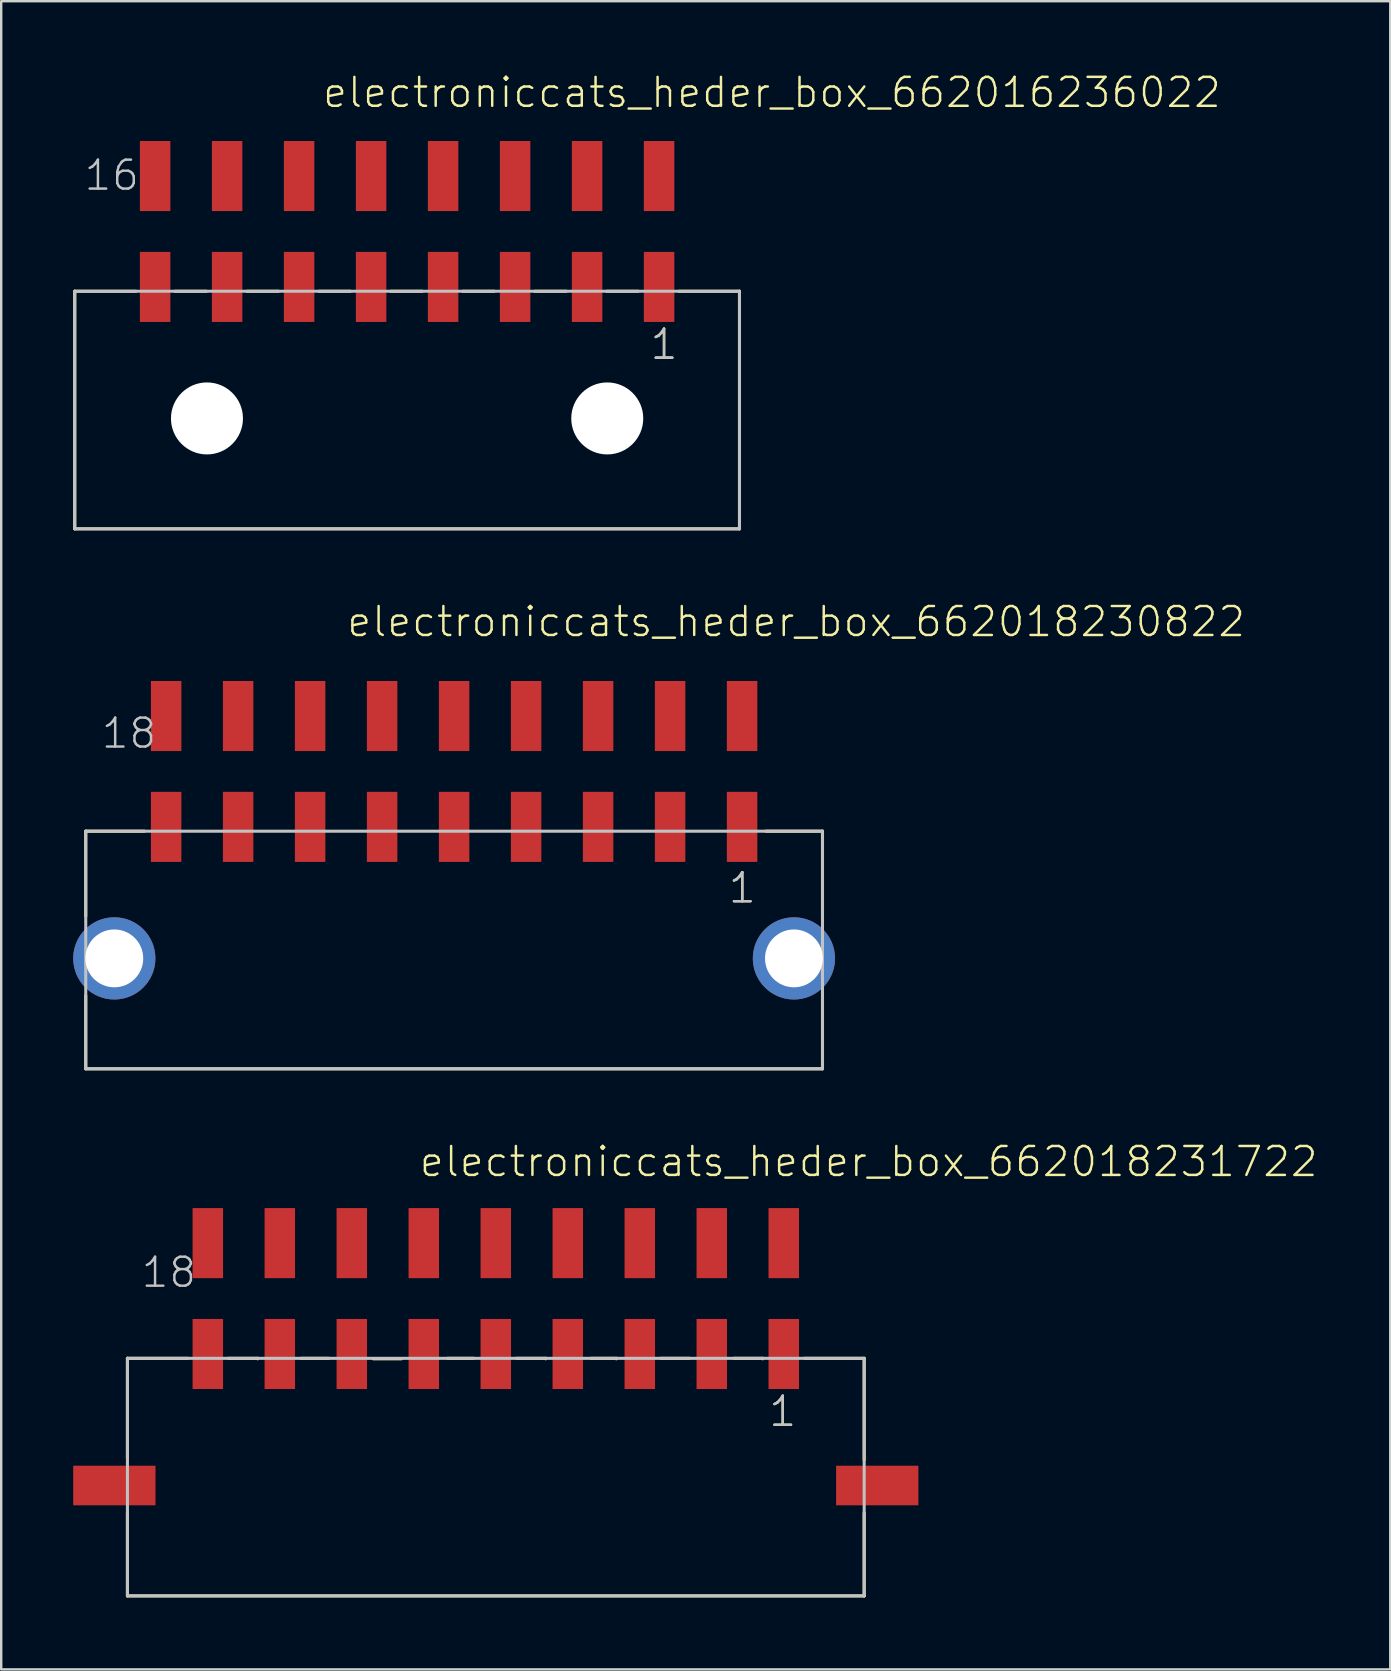
<source format=kicad_pcb>
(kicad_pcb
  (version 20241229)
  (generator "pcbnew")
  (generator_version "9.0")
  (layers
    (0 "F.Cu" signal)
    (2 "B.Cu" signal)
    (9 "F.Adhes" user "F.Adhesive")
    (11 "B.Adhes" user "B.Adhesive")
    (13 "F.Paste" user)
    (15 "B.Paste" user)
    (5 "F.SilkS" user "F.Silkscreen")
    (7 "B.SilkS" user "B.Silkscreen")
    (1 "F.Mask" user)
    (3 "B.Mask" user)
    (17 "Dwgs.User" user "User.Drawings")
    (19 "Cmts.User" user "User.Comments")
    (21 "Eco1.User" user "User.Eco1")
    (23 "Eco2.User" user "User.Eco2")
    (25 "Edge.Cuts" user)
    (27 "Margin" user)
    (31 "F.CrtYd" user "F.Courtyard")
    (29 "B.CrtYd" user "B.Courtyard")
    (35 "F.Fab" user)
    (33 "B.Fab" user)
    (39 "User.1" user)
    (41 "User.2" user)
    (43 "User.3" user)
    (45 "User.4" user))
  (footprint "electroniccats_heder_box_662018230822"
    (layer "F.Cu")
    (at 15.873 36.886)
    (property "Reference" "electroniccats_heder_box_662018230822" (at -4.535 -13.325 0) (layer "F.SilkS") (effects (font (size 1.206 1.206) (thickness 0.102)) (justify left bottom)))
    (attr through_hole)
    (fp_line (start -15.35 -5.3) (end -15.35 -1.76) (stroke (width 0.127) (type solid)) (layer "F.SilkS"))
    (fp_line (start -15.35 1.55) (end -15.35 4.6) (stroke (width 0.127) (type solid)) (layer "F.SilkS"))
    (fp_line (start -15.35 4.6) (end 15.35 4.6) (stroke (width 0.127) (type solid)) (layer "F.SilkS"))
    (fp_line (start -12.9 -5.3) (end -15.35 -5.3) (stroke (width 0.127) (type solid)) (layer "F.SilkS"))
    (fp_line (start 12.99 -5.3) (end 15.35 -5.3) (stroke (width 0.127) (type solid)) (layer "F.SilkS"))
    (fp_line (start 15.35 -5.3) (end 15.35 -1.67) (stroke (width 0.127) (type solid)) (layer "F.SilkS"))
    (fp_line (start 15.35 4.6) (end 15.35 1.66) (stroke (width 0.127) (type solid)) (layer "F.SilkS"))
    (fp_line (start -15.35 -5.3) (end 15.35 -5.3) (stroke (width 0.127) (type solid)) (layer "Dwgs.User"))
    (fp_line (start -15.35 4.6) (end -15.35 -5.3) (stroke (width 0.127) (type solid)) (layer "Dwgs.User"))
    (fp_line (start 15.35 -5.3) (end 15.35 4.6) (stroke (width 0.127) (type solid)) (layer "Dwgs.User"))
    (fp_line (start 15.35 4.6) (end -15.35 4.6) (stroke (width 0.127) (type solid)) (layer "Dwgs.User"))
    (fp_text user "1" (at 11.365 -2.23 0) (layer "F.SilkS") (effects (font (size 1.206 1.206) (thickness 0.102)) (justify left bottom)))
    (fp_text user "1" (at 11.365 -2.23 0) (layer "Dwgs.User") (effects (font (size 1.206 1.206) (thickness 0.102)) (justify left bottom)))
    (fp_text user "18" (at -14.765 -8.675 0) (layer "Dwgs.User") (effects (font (size 1.206 1.206) (thickness 0.102)) (justify left bottom)))
    (pad "1" smd rect (at 12 -5.48 90) (size 2.92 1.27) (layers "F.Cu" "F.Mask" "F.Paste"))
    (pad "2" smd rect (at 9 -5.48 90) (size 2.92 1.27) (layers "F.Cu" "F.Mask" "F.Paste"))
    (pad "3" smd rect (at 6 -5.48 90) (size 2.92 1.27) (layers "F.Cu" "F.Mask" "F.Paste"))
    (pad "4" smd rect (at 3 -5.48 90) (size 2.92 1.27) (layers "F.Cu" "F.Mask" "F.Paste"))
    (pad "5" smd rect (at 0 -5.48 90) (size 2.92 1.27) (layers "F.Cu" "F.Mask" "F.Paste"))
    (pad "6" smd rect (at -3 -5.48 90) (size 2.92 1.27) (layers "F.Cu" "F.Mask" "F.Paste"))
    (pad "7" smd rect (at -6 -5.48 90) (size 2.92 1.27) (layers "F.Cu" "F.Mask" "F.Paste"))
    (pad "8" smd rect (at -9 -5.48 90) (size 2.92 1.27) (layers "F.Cu" "F.Mask" "F.Paste"))
    (pad "9" smd rect (at -12 -5.48 90) (size 2.92 1.27) (layers "F.Cu" "F.Mask" "F.Paste"))
    (pad "10" smd rect (at 12 -10.1 90) (size 2.92 1.27) (layers "F.Cu" "F.Mask" "F.Paste"))
    (pad "11" smd rect (at 9 -10.1 90) (size 2.92 1.27) (layers "F.Cu" "F.Mask" "F.Paste"))
    (pad "12" smd rect (at 6 -10.1 90) (size 2.92 1.27) (layers "F.Cu" "F.Mask" "F.Paste"))
    (pad "13" smd rect (at 3 -10.1 90) (size 2.92 1.27) (layers "F.Cu" "F.Mask" "F.Paste"))
    (pad "14" smd rect (at 0 -10.1 90) (size 2.92 1.27) (layers "F.Cu" "F.Mask" "F.Paste"))
    (pad "15" smd rect (at -3 -10.1 90) (size 2.92 1.27) (layers "F.Cu" "F.Mask" "F.Paste"))
    (pad "16" smd rect (at -6 -10.1 90) (size 2.92 1.27) (layers "F.Cu" "F.Mask" "F.Paste"))
    (pad "17" smd rect (at -9 -10.1 90) (size 2.92 1.27) (layers "F.Cu" "F.Mask" "F.Paste"))
    (pad "18" smd rect (at -12 -10.1 90) (size 2.92 1.27) (layers "F.Cu" "F.Mask" "F.Paste"))
    (pad "Z1" thru_hole circle (at -14.16 0) (size 3.426 3.426) (drill 2.41) (layers "*.Cu" "*.Mask"))
    (pad "Z2" thru_hole circle (at 14.16 0) (size 3.426 3.426) (drill 2.41) (layers "*.Cu" "*.Mask")))
  (footprint "electroniccats_heder_box_662016236022"
    (layer "F.Cu")
    (at 13.914 14.386)
    (property "Reference" "electroniccats_heder_box_662016236022" (at -3.585 -12.875 0) (layer "F.SilkS") (effects (font (size 1.206 1.206) (thickness 0.102)) (justify left bottom)))
    (attr through_hole)
    (fp_line (start -13.85 -5.3) (end -13.85 4.6) (stroke (width 0.127) (type solid)) (layer "F.SilkS"))
    (fp_line (start -13.85 4.6) (end 13.85 4.6) (stroke (width 0.127) (type solid)) (layer "F.SilkS"))
    (fp_line (start -11.3 -5.3) (end -13.85 -5.3) (stroke (width 0.127) (type solid)) (layer "F.SilkS"))
    (fp_line (start -9.67 -5.3) (end -8.36 -5.3) (stroke (width 0.127) (type solid)) (layer "F.SilkS"))
    (fp_line (start -6.67 -5.3) (end -5.36 -5.3) (stroke (width 0.127) (type solid)) (layer "F.SilkS"))
    (fp_line (start -3.67 -5.3) (end -2.36 -5.3) (stroke (width 0.127) (type solid)) (layer "F.SilkS"))
    (fp_line (start -0.68 -5.3) (end 0.63 -5.3) (stroke (width 0.127) (type solid)) (layer "F.SilkS"))
    (fp_line (start 2.32 -5.3) (end 3.63 -5.3) (stroke (width 0.127) (type solid)) (layer "F.SilkS"))
    (fp_line (start 5.32 -5.3) (end 6.63 -5.3) (stroke (width 0.127) (type solid)) (layer "F.SilkS"))
    (fp_line (start 8.32 -5.3) (end 9.63 -5.3) (stroke (width 0.127) (type solid)) (layer "F.SilkS"))
    (fp_line (start 11.33 -5.3) (end 13.85 -5.3) (stroke (width 0.127) (type solid)) (layer "F.SilkS"))
    (fp_line (start 13.85 4.6) (end 13.85 -5.3) (stroke (width 0.127) (type solid)) (layer "F.SilkS"))
    (fp_line (start -13.85 -5.3) (end 13.85 -5.3) (stroke (width 0.127) (type solid)) (layer "Dwgs.User"))
    (fp_line (start -13.85 4.6) (end -13.85 -5.3) (stroke (width 0.127) (type solid)) (layer "Dwgs.User"))
    (fp_line (start 13.85 -5.3) (end 13.85 4.6) (stroke (width 0.127) (type solid)) (layer "Dwgs.User"))
    (fp_line (start 13.85 4.6) (end -13.85 4.6) (stroke (width 0.127) (type solid)) (layer "Dwgs.User"))
    (fp_text user "1" (at 10.065 -2.38 0) (layer "F.SilkS") (effects (font (size 1.206 1.206) (thickness 0.102)) (justify left bottom)))
    (fp_text user "16" (at -13.525 -9.425 0) (layer "Dwgs.User") (effects (font (size 1.206 1.206) (thickness 0.102)) (justify left bottom)))
    (fp_text user "1" (at 10.065 -2.38 0) (layer "Dwgs.User") (effects (font (size 1.206 1.206) (thickness 0.102)) (justify left bottom)))
    (pad "" np_thru_hole circle (at -8.34 0) (size 3 3) (drill 3) (layers "*.Cu"))
    (pad "" np_thru_hole circle (at 8.34 0) (size 3 3) (drill 3) (layers "*.Cu"))
    (pad "1" smd rect (at 10.5 -5.48 90) (size 2.92 1.27) (layers "F.Cu" "F.Mask" "F.Paste"))
    (pad "2" smd rect (at 7.5 -5.48 90) (size 2.92 1.27) (layers "F.Cu" "F.Mask" "F.Paste"))
    (pad "3" smd rect (at 4.5 -5.48 90) (size 2.92 1.27) (layers "F.Cu" "F.Mask" "F.Paste"))
    (pad "4" smd rect (at 1.5 -5.48 90) (size 2.92 1.27) (layers "F.Cu" "F.Mask" "F.Paste"))
    (pad "5" smd rect (at -1.5 -5.48 90) (size 2.92 1.27) (layers "F.Cu" "F.Mask" "F.Paste"))
    (pad "6" smd rect (at -4.5 -5.48 90) (size 2.92 1.27) (layers "F.Cu" "F.Mask" "F.Paste"))
    (pad "7" smd rect (at -7.5 -5.48 90) (size 2.92 1.27) (layers "F.Cu" "F.Mask" "F.Paste"))
    (pad "8" smd rect (at -10.5 -5.48 90) (size 2.92 1.27) (layers "F.Cu" "F.Mask" "F.Paste"))
    (pad "9" smd rect (at 10.5 -10.1 90) (size 2.92 1.27) (layers "F.Cu" "F.Mask" "F.Paste"))
    (pad "10" smd rect (at 7.5 -10.1 90) (size 2.92 1.27) (layers "F.Cu" "F.Mask" "F.Paste"))
    (pad "11" smd rect (at 4.5 -10.1 90) (size 2.92 1.27) (layers "F.Cu" "F.Mask" "F.Paste"))
    (pad "12" smd rect (at 1.5 -10.1 90) (size 2.92 1.27) (layers "F.Cu" "F.Mask" "F.Paste"))
    (pad "13" smd rect (at -1.5 -10.1 90) (size 2.92 1.27) (layers "F.Cu" "F.Mask" "F.Paste"))
    (pad "14" smd rect (at -4.5 -10.1 90) (size 2.92 1.27) (layers "F.Cu" "F.Mask" "F.Paste"))
    (pad "15" smd rect (at -7.5 -10.1 90) (size 2.92 1.27) (layers "F.Cu" "F.Mask" "F.Paste"))
    (pad "16" smd rect (at -10.5 -10.1 90) (size 2.92 1.27) (layers "F.Cu" "F.Mask" "F.Paste")))
  (footprint "electroniccats_heder_box_662018231722"
    (layer "F.Cu")
    (at 17.61 58.851)
    (property "Reference" "electroniccats_heder_box_662018231722" (at -3.25 -12.79 0) (layer "F.SilkS") (effects (font (size 1.206 1.206) (thickness 0.102)) (justify left bottom)))
    (attr through_hole)
    (fp_line (start -15.35 -5.3) (end -15.35 -1.13) (stroke (width 0.127) (type solid)) (layer "F.SilkS"))
    (fp_line (start -15.35 1.11) (end -15.35 4.6) (stroke (width 0.127) (type solid)) (layer "F.SilkS"))
    (fp_line (start -15.35 4.6) (end 15.35 4.6) (stroke (width 0.127) (type solid)) (layer "F.SilkS"))
    (fp_line (start -12.82 -5.3) (end -15.35 -5.3) (stroke (width 0.127) (type solid)) (layer "F.SilkS"))
    (fp_line (start -11.15 -5.3) (end -9.92 -5.3) (stroke (width 0.127) (type solid)) (layer "F.SilkS"))
    (fp_line (start -9.92 -5.3) (end -9.92 -5.28) (stroke (width 0.127) (type solid)) (layer "F.SilkS"))
    (fp_line (start -8.12 -5.3) (end -6.96 -5.3) (stroke (width 0.127) (type solid)) (layer "F.SilkS"))
    (fp_line (start -5.11 -5.28) (end -3.93 -5.28) (stroke (width 0.127) (type solid)) (layer "F.SilkS"))
    (fp_line (start -2.01 -5.3) (end -0.92 -5.3) (stroke (width 0.127) (type solid)) (layer "F.SilkS"))
    (fp_line (start 0.86 -5.3) (end 2.08 -5.3) (stroke (width 0.127) (type solid)) (layer "F.SilkS"))
    (fp_line (start 2.08 -5.3) (end 2.08 -5.28) (stroke (width 0.127) (type solid)) (layer "F.SilkS"))
    (fp_line (start 3.97 -5.3) (end 5.02 -5.3) (stroke (width 0.127) (type solid)) (layer "F.SilkS"))
    (fp_line (start 5.02 -5.3) (end 5.02 -5.28) (stroke (width 0.127) (type solid)) (layer "F.SilkS"))
    (fp_line (start 6.87 -5.3) (end 8.07 -5.3) (stroke (width 0.127) (type solid)) (layer "F.SilkS"))
    (fp_line (start 9.92 -5.3) (end 11.12 -5.3) (stroke (width 0.127) (type solid)) (layer "F.SilkS"))
    (fp_line (start 11.12 -5.3) (end 11.12 -5.28) (stroke (width 0.127) (type solid)) (layer "F.SilkS"))
    (fp_line (start 12.86 -5.3) (end 15.35 -5.3) (stroke (width 0.127) (type solid)) (layer "F.SilkS"))
    (fp_line (start 15.35 -5.3) (end 15.35 -1.07) (stroke (width 0.127) (type solid)) (layer "F.SilkS"))
    (fp_line (start 15.35 4.6) (end 15.35 1.14) (stroke (width 0.127) (type solid)) (layer "F.SilkS"))
    (fp_line (start -15.35 -5.3) (end 15.35 -5.3) (stroke (width 0.127) (type solid)) (layer "Dwgs.User"))
    (fp_line (start -15.35 4.6) (end -15.35 -5.3) (stroke (width 0.127) (type solid)) (layer "Dwgs.User"))
    (fp_line (start 15.35 -5.3) (end 15.35 4.6) (stroke (width 0.127) (type solid)) (layer "Dwgs.User"))
    (fp_line (start 15.35 4.6) (end -15.35 4.6) (stroke (width 0.127) (type solid)) (layer "Dwgs.User"))
    (fp_text user "1" (at 11.315 -2.38 0) (layer "F.SilkS") (effects (font (size 1.206 1.206) (thickness 0.102)) (justify left bottom)))
    (fp_text user "18" (at -14.84 -8.175 0) (layer "Dwgs.User") (effects (font (size 1.206 1.206) (thickness 0.102)) (justify left bottom)))
    (fp_text user "1" (at 11.315 -2.38 0) (layer "Dwgs.User") (effects (font (size 1.206 1.206) (thickness 0.102)) (justify left bottom)))
    (pad "1" smd rect (at 12 -5.48 90) (size 2.92 1.27) (layers "F.Cu" "F.Mask" "F.Paste"))
    (pad "2" smd rect (at 9 -5.48 90) (size 2.92 1.27) (layers "F.Cu" "F.Mask" "F.Paste"))
    (pad "3" smd rect (at 6 -5.48 90) (size 2.92 1.27) (layers "F.Cu" "F.Mask" "F.Paste"))
    (pad "4" smd rect (at 3 -5.48 90) (size 2.92 1.27) (layers "F.Cu" "F.Mask" "F.Paste"))
    (pad "5" smd rect (at 0 -5.48 90) (size 2.92 1.27) (layers "F.Cu" "F.Mask" "F.Paste"))
    (pad "6" smd rect (at -3 -5.48 90) (size 2.92 1.27) (layers "F.Cu" "F.Mask" "F.Paste"))
    (pad "7" smd rect (at -6 -5.48 90) (size 2.92 1.27) (layers "F.Cu" "F.Mask" "F.Paste"))
    (pad "8" smd rect (at -9 -5.48 90) (size 2.92 1.27) (layers "F.Cu" "F.Mask" "F.Paste"))
    (pad "9" smd rect (at -12 -5.48 90) (size 2.92 1.27) (layers "F.Cu" "F.Mask" "F.Paste"))
    (pad "10" smd rect (at 12 -10.1 90) (size 2.92 1.27) (layers "F.Cu" "F.Mask" "F.Paste"))
    (pad "11" smd rect (at 9 -10.1 90) (size 2.92 1.27) (layers "F.Cu" "F.Mask" "F.Paste"))
    (pad "12" smd rect (at 6 -10.1 90) (size 2.92 1.27) (layers "F.Cu" "F.Mask" "F.Paste"))
    (pad "13" smd rect (at 3 -10.1 90) (size 2.92 1.27) (layers "F.Cu" "F.Mask" "F.Paste"))
    (pad "14" smd rect (at 0 -10.1 90) (size 2.92 1.27) (layers "F.Cu" "F.Mask" "F.Paste"))
    (pad "15" smd rect (at -3 -10.1 90) (size 2.92 1.27) (layers "F.Cu" "F.Mask" "F.Paste"))
    (pad "16" smd rect (at -6 -10.1 90) (size 2.92 1.27) (layers "F.Cu" "F.Mask" "F.Paste"))
    (pad "17" smd rect (at -9 -10.1 90) (size 2.92 1.27) (layers "F.Cu" "F.Mask" "F.Paste"))
    (pad "18" smd rect (at -12 -10.1 90) (size 2.92 1.27) (layers "F.Cu" "F.Mask" "F.Paste"))
    (pad "M1" smd rect (at 15.895 0) (size 3.43 1.65) (layers "F.Cu" "F.Mask" "F.Paste"))
    (pad "M2" smd rect (at -15.895 0) (size 3.43 1.65) (layers "F.Cu" "F.Mask" "F.Paste")))
  (gr_rect
    (start -3 -3)
    (end 54.882 66.514)
    (stroke (width 0.1) (type default))
    (fill no)
    (layer "Edge.Cuts")))
</source>
